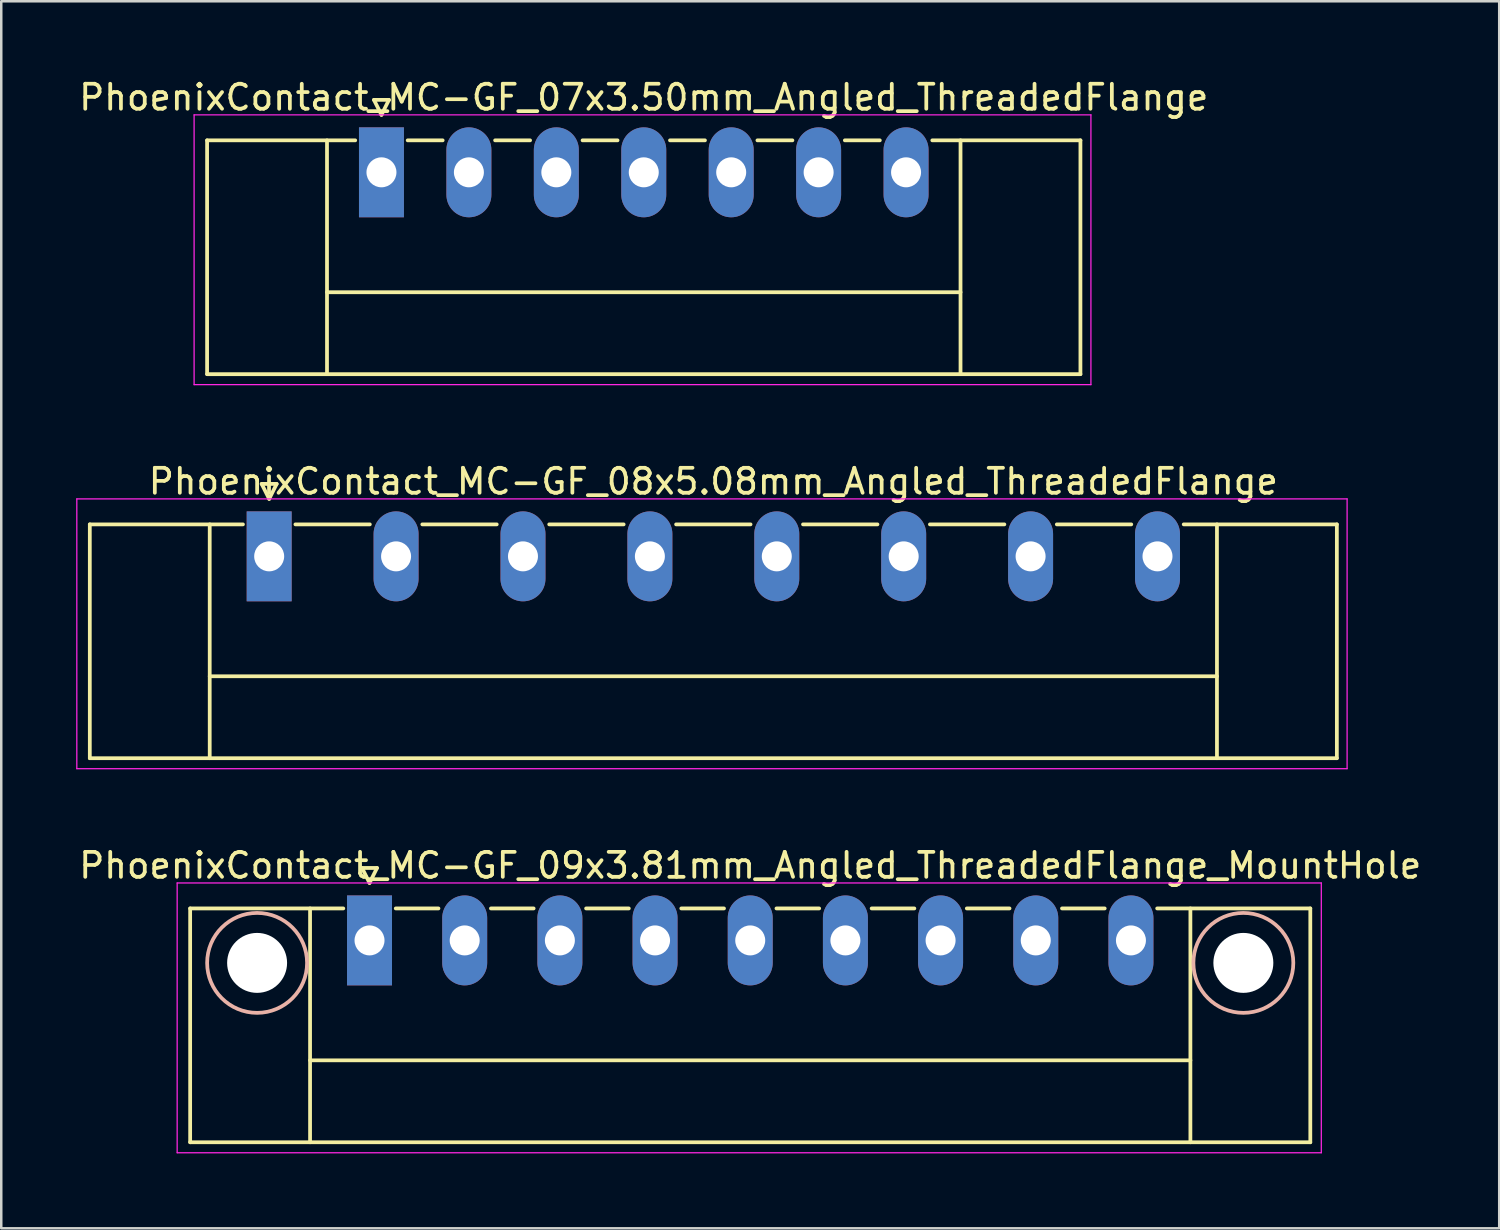
<source format=kicad_pcb>
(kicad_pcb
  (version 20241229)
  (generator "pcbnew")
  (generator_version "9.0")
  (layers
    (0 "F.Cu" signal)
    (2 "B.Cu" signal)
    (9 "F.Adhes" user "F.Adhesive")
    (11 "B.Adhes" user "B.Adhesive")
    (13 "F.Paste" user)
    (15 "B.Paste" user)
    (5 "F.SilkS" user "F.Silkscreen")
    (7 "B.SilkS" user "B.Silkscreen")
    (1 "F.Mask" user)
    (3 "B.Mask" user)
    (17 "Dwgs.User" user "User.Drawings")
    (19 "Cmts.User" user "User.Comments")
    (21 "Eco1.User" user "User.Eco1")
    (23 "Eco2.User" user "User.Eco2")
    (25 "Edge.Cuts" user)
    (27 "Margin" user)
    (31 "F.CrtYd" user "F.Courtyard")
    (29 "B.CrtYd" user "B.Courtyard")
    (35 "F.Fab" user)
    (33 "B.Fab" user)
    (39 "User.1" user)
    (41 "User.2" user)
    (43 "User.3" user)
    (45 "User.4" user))
  (footprint "PhoenixContact_MC-GF_08x5.08mm_Angled_ThreadedFlange"
    (layer "F.Cu")
    (at 7.725 19.221)
    (property "Reference" "PhoenixContact_MC-GF_08x5.08mm_Angled_ThreadedFlange" (at 17.78 -3 0) (layer "F.SilkS") (effects (font (size 1 1) (thickness 0.15))))
    (attr through_hole)
    (fp_line (start -7.18 -1.28) (end -7.18 8.08) (stroke (width 0.15) (type solid)) (layer "F.SilkS"))
    (fp_line (start -7.18 -1.28) (end -1.05 -1.28) (stroke (width 0.15) (type solid)) (layer "F.SilkS"))
    (fp_line (start -7.18 8.08) (end 42.74 8.08) (stroke (width 0.15) (type solid)) (layer "F.SilkS"))
    (fp_line (start -2.38 -1.28) (end -2.38 8.08) (stroke (width 0.15) (type solid)) (layer "F.SilkS"))
    (fp_line (start -2.38 4.8) (end 37.94 4.8) (stroke (width 0.15) (type solid)) (layer "F.SilkS"))
    (fp_line (start -0.3 -2.9) (end 0 -2.3) (stroke (width 0.15) (type solid)) (layer "F.SilkS"))
    (fp_line (start 0 -2.3) (end 0.3 -2.9) (stroke (width 0.15) (type solid)) (layer "F.SilkS"))
    (fp_line (start 0.3 -2.9) (end -0.3 -2.9) (stroke (width 0.15) (type solid)) (layer "F.SilkS"))
    (fp_line (start 1.05 -1.28) (end 4.03 -1.28) (stroke (width 0.15) (type solid)) (layer "F.SilkS"))
    (fp_line (start 6.13 -1.28) (end 9.11 -1.28) (stroke (width 0.15) (type solid)) (layer "F.SilkS"))
    (fp_line (start 11.21 -1.28) (end 14.19 -1.28) (stroke (width 0.15) (type solid)) (layer "F.SilkS"))
    (fp_line (start 16.29 -1.28) (end 19.27 -1.28) (stroke (width 0.15) (type solid)) (layer "F.SilkS"))
    (fp_line (start 21.37 -1.28) (end 24.35 -1.28) (stroke (width 0.15) (type solid)) (layer "F.SilkS"))
    (fp_line (start 26.45 -1.28) (end 29.43 -1.28) (stroke (width 0.15) (type solid)) (layer "F.SilkS"))
    (fp_line (start 31.53 -1.28) (end 34.51 -1.28) (stroke (width 0.15) (type solid)) (layer "F.SilkS"))
    (fp_line (start 37.94 -1.28) (end 37.94 8.08) (stroke (width 0.15) (type solid)) (layer "F.SilkS"))
    (fp_line (start 42.74 -1.28) (end 36.61 -1.28) (stroke (width 0.15) (type solid)) (layer "F.SilkS"))
    (fp_line (start 42.74 8.08) (end 42.74 -1.28) (stroke (width 0.15) (type solid)) (layer "F.SilkS"))
    (fp_line (start -7.7 -2.3) (end -7.7 8.5) (stroke (width 0.05) (type solid)) (layer "F.CrtYd"))
    (fp_line (start -7.7 8.5) (end 43.15 8.5) (stroke (width 0.05) (type solid)) (layer "F.CrtYd"))
    (fp_line (start 43.15 -2.3) (end -7.7 -2.3) (stroke (width 0.05) (type solid)) (layer "F.CrtYd"))
    (fp_line (start 43.15 8.5) (end 43.15 -2.3) (stroke (width 0.05) (type solid)) (layer "F.CrtYd"))
    (pad "1" thru_hole rect (at 0 0) (size 1.8 3.6) (drill 1.2) (layers "*.Cu" "*.Mask"))
    (pad "2" thru_hole oval (at 5.08 0) (size 1.8 3.6) (drill 1.2) (layers "*.Cu" "*.Mask"))
    (pad "3" thru_hole oval (at 10.16 0) (size 1.8 3.6) (drill 1.2) (layers "*.Cu" "*.Mask"))
    (pad "4" thru_hole oval (at 15.24 0) (size 1.8 3.6) (drill 1.2) (layers "*.Cu" "*.Mask"))
    (pad "5" thru_hole oval (at 20.32 0) (size 1.8 3.6) (drill 1.2) (layers "*.Cu" "*.Mask"))
    (pad "6" thru_hole oval (at 25.4 0) (size 1.8 3.6) (drill 1.2) (layers "*.Cu" "*.Mask"))
    (pad "7" thru_hole oval (at 30.48 0) (size 1.8 3.6) (drill 1.2) (layers "*.Cu" "*.Mask"))
    (pad "8" thru_hole oval (at 35.56 0) (size 1.8 3.6) (drill 1.2) (layers "*.Cu" "*.Mask")))
  (footprint "PhoenixContact_MC-GF_07x3.50mm_Angled_ThreadedFlange"
    (layer "F.Cu")
    (at 12.22 3.848)
    (property "Reference" "PhoenixContact_MC-GF_07x3.50mm_Angled_ThreadedFlange" (at 10.5 -3 0) (layer "F.SilkS") (effects (font (size 1 1) (thickness 0.15))))
    (attr through_hole)
    (fp_line (start -6.98 -1.28) (end -6.98 8.08) (stroke (width 0.15) (type solid)) (layer "F.SilkS"))
    (fp_line (start -6.98 -1.28) (end -1.05 -1.28) (stroke (width 0.15) (type solid)) (layer "F.SilkS"))
    (fp_line (start -6.98 8.08) (end 27.98 8.08) (stroke (width 0.15) (type solid)) (layer "F.SilkS"))
    (fp_line (start -2.18 -1.28) (end -2.18 8.08) (stroke (width 0.15) (type solid)) (layer "F.SilkS"))
    (fp_line (start -2.18 4.8) (end 23.18 4.8) (stroke (width 0.15) (type solid)) (layer "F.SilkS"))
    (fp_line (start -0.3 -2.9) (end 0 -2.3) (stroke (width 0.15) (type solid)) (layer "F.SilkS"))
    (fp_line (start 0 -2.3) (end 0.3 -2.9) (stroke (width 0.15) (type solid)) (layer "F.SilkS"))
    (fp_line (start 0.3 -2.9) (end -0.3 -2.9) (stroke (width 0.15) (type solid)) (layer "F.SilkS"))
    (fp_line (start 1.05 -1.28) (end 2.45 -1.28) (stroke (width 0.15) (type solid)) (layer "F.SilkS"))
    (fp_line (start 4.55 -1.28) (end 5.95 -1.28) (stroke (width 0.15) (type solid)) (layer "F.SilkS"))
    (fp_line (start 8.05 -1.28) (end 9.45 -1.28) (stroke (width 0.15) (type solid)) (layer "F.SilkS"))
    (fp_line (start 11.55 -1.28) (end 12.95 -1.28) (stroke (width 0.15) (type solid)) (layer "F.SilkS"))
    (fp_line (start 15.05 -1.28) (end 16.45 -1.28) (stroke (width 0.15) (type solid)) (layer "F.SilkS"))
    (fp_line (start 18.55 -1.28) (end 19.95 -1.28) (stroke (width 0.15) (type solid)) (layer "F.SilkS"))
    (fp_line (start 23.18 -1.28) (end 23.18 8.08) (stroke (width 0.15) (type solid)) (layer "F.SilkS"))
    (fp_line (start 27.98 -1.28) (end 22.05 -1.28) (stroke (width 0.15) (type solid)) (layer "F.SilkS"))
    (fp_line (start 27.98 8.08) (end 27.98 -1.28) (stroke (width 0.15) (type solid)) (layer "F.SilkS"))
    (fp_line (start -7.5 -2.3) (end -7.5 8.5) (stroke (width 0.05) (type solid)) (layer "F.CrtYd"))
    (fp_line (start -7.5 8.5) (end 28.4 8.5) (stroke (width 0.05) (type solid)) (layer "F.CrtYd"))
    (fp_line (start 28.4 -2.3) (end -7.5 -2.3) (stroke (width 0.05) (type solid)) (layer "F.CrtYd"))
    (fp_line (start 28.4 8.5) (end 28.4 -2.3) (stroke (width 0.05) (type solid)) (layer "F.CrtYd"))
    (pad "1" thru_hole rect (at 0 0) (size 1.8 3.6) (drill 1.2) (layers "*.Cu" "*.Mask"))
    (pad "2" thru_hole oval (at 3.5 0) (size 1.8 3.6) (drill 1.2) (layers "*.Cu" "*.Mask"))
    (pad "3" thru_hole oval (at 7 0) (size 1.8 3.6) (drill 1.2) (layers "*.Cu" "*.Mask"))
    (pad "4" thru_hole oval (at 10.5 0) (size 1.8 3.6) (drill 1.2) (layers "*.Cu" "*.Mask"))
    (pad "5" thru_hole oval (at 14 0) (size 1.8 3.6) (drill 1.2) (layers "*.Cu" "*.Mask"))
    (pad "6" thru_hole oval (at 17.5 0) (size 1.8 3.6) (drill 1.2) (layers "*.Cu" "*.Mask"))
    (pad "7" thru_hole oval (at 21 0) (size 1.8 3.6) (drill 1.2) (layers "*.Cu" "*.Mask")))
  (footprint "PhoenixContact_MC-GF_09x3.81mm_Angled_ThreadedFlange_MountHole"
    (layer "F.Cu")
    (at 11.742 34.595)
    (property "Reference" "PhoenixContact_MC-GF_09x3.81mm_Angled_ThreadedFlange_MountHole" (at 15.24 -3 0) (layer "F.SilkS") (effects (font (size 1 1) (thickness 0.15))))
    (attr through_hole)
    (fp_line (start -7.18 -1.28) (end -7.18 8.08) (stroke (width 0.15) (type solid)) (layer "F.SilkS"))
    (fp_line (start -7.18 -1.28) (end -1.05 -1.28) (stroke (width 0.15) (type solid)) (layer "F.SilkS"))
    (fp_line (start -7.18 8.08) (end 37.66 8.08) (stroke (width 0.15) (type solid)) (layer "F.SilkS"))
    (fp_line (start -2.38 -1.28) (end -2.38 8.08) (stroke (width 0.15) (type solid)) (layer "F.SilkS"))
    (fp_line (start -2.38 4.8) (end 32.86 4.8) (stroke (width 0.15) (type solid)) (layer "F.SilkS"))
    (fp_line (start -0.3 -2.9) (end 0 -2.3) (stroke (width 0.15) (type solid)) (layer "F.SilkS"))
    (fp_line (start 0 -2.3) (end 0.3 -2.9) (stroke (width 0.15) (type solid)) (layer "F.SilkS"))
    (fp_line (start 0.3 -2.9) (end -0.3 -2.9) (stroke (width 0.15) (type solid)) (layer "F.SilkS"))
    (fp_line (start 1.05 -1.28) (end 2.76 -1.28) (stroke (width 0.15) (type solid)) (layer "F.SilkS"))
    (fp_line (start 4.86 -1.28) (end 6.57 -1.28) (stroke (width 0.15) (type solid)) (layer "F.SilkS"))
    (fp_line (start 8.67 -1.28) (end 10.38 -1.28) (stroke (width 0.15) (type solid)) (layer "F.SilkS"))
    (fp_line (start 12.48 -1.28) (end 14.19 -1.28) (stroke (width 0.15) (type solid)) (layer "F.SilkS"))
    (fp_line (start 16.29 -1.28) (end 18 -1.28) (stroke (width 0.15) (type solid)) (layer "F.SilkS"))
    (fp_line (start 20.1 -1.28) (end 21.81 -1.28) (stroke (width 0.15) (type solid)) (layer "F.SilkS"))
    (fp_line (start 23.91 -1.28) (end 25.62 -1.28) (stroke (width 0.15) (type solid)) (layer "F.SilkS"))
    (fp_line (start 27.72 -1.28) (end 29.43 -1.28) (stroke (width 0.15) (type solid)) (layer "F.SilkS"))
    (fp_line (start 32.86 -1.28) (end 32.86 8.08) (stroke (width 0.15) (type solid)) (layer "F.SilkS"))
    (fp_line (start 37.66 -1.28) (end 31.53 -1.28) (stroke (width 0.15) (type solid)) (layer "F.SilkS"))
    (fp_line (start 37.66 8.08) (end 37.66 -1.28) (stroke (width 0.15) (type solid)) (layer "F.SilkS"))
    (fp_circle (center -4.5 0.9) (end -2.5 0.9) (stroke (width 0.15) (type solid)) (fill no) (layer "B.SilkS"))
    (fp_circle (center 34.98 0.9) (end 36.98 0.9) (stroke (width 0.15) (type solid)) (fill no) (layer "B.SilkS"))
    (fp_line (start -7.7 -2.3) (end -7.7 8.5) (stroke (width 0.05) (type solid)) (layer "F.CrtYd"))
    (fp_line (start -7.7 8.5) (end 38.1 8.5) (stroke (width 0.05) (type solid)) (layer "F.CrtYd"))
    (fp_line (start 38.1 -2.3) (end -7.7 -2.3) (stroke (width 0.05) (type solid)) (layer "F.CrtYd"))
    (fp_line (start 38.1 8.5) (end 38.1 -2.3) (stroke (width 0.05) (type solid)) (layer "F.CrtYd"))
    (pad "" np_thru_hole circle (at -4.5 0.9) (size 2.4 2.4) (drill 2.4) (layers "*.Cu" "*.Mask"))
    (pad "" np_thru_hole circle (at 34.98 0.9) (size 2.4 2.4) (drill 2.4) (layers "*.Cu" "*.Mask"))
    (pad "1" thru_hole rect (at 0 0) (size 1.8 3.6) (drill 1.2) (layers "*.Cu" "*.Mask"))
    (pad "2" thru_hole oval (at 3.81 0) (size 1.8 3.6) (drill 1.2) (layers "*.Cu" "*.Mask"))
    (pad "3" thru_hole oval (at 7.62 0) (size 1.8 3.6) (drill 1.2) (layers "*.Cu" "*.Mask"))
    (pad "4" thru_hole oval (at 11.43 0) (size 1.8 3.6) (drill 1.2) (layers "*.Cu" "*.Mask"))
    (pad "5" thru_hole oval (at 15.24 0) (size 1.8 3.6) (drill 1.2) (layers "*.Cu" "*.Mask"))
    (pad "6" thru_hole oval (at 19.05 0) (size 1.8 3.6) (drill 1.2) (layers "*.Cu" "*.Mask"))
    (pad "7" thru_hole oval (at 22.86 0) (size 1.8 3.6) (drill 1.2) (layers "*.Cu" "*.Mask"))
    (pad "8" thru_hole oval (at 26.67 0) (size 1.8 3.6) (drill 1.2) (layers "*.Cu" "*.Mask"))
    (pad "9" thru_hole oval (at 30.48 0) (size 1.8 3.6) (drill 1.2) (layers "*.Cu" "*.Mask")))
  (gr_rect
    (start -3 -3)
    (end 56.964 46.12)
    (stroke (width 0.1) (type default))
    (fill no)
    (layer "Edge.Cuts")))
</source>
